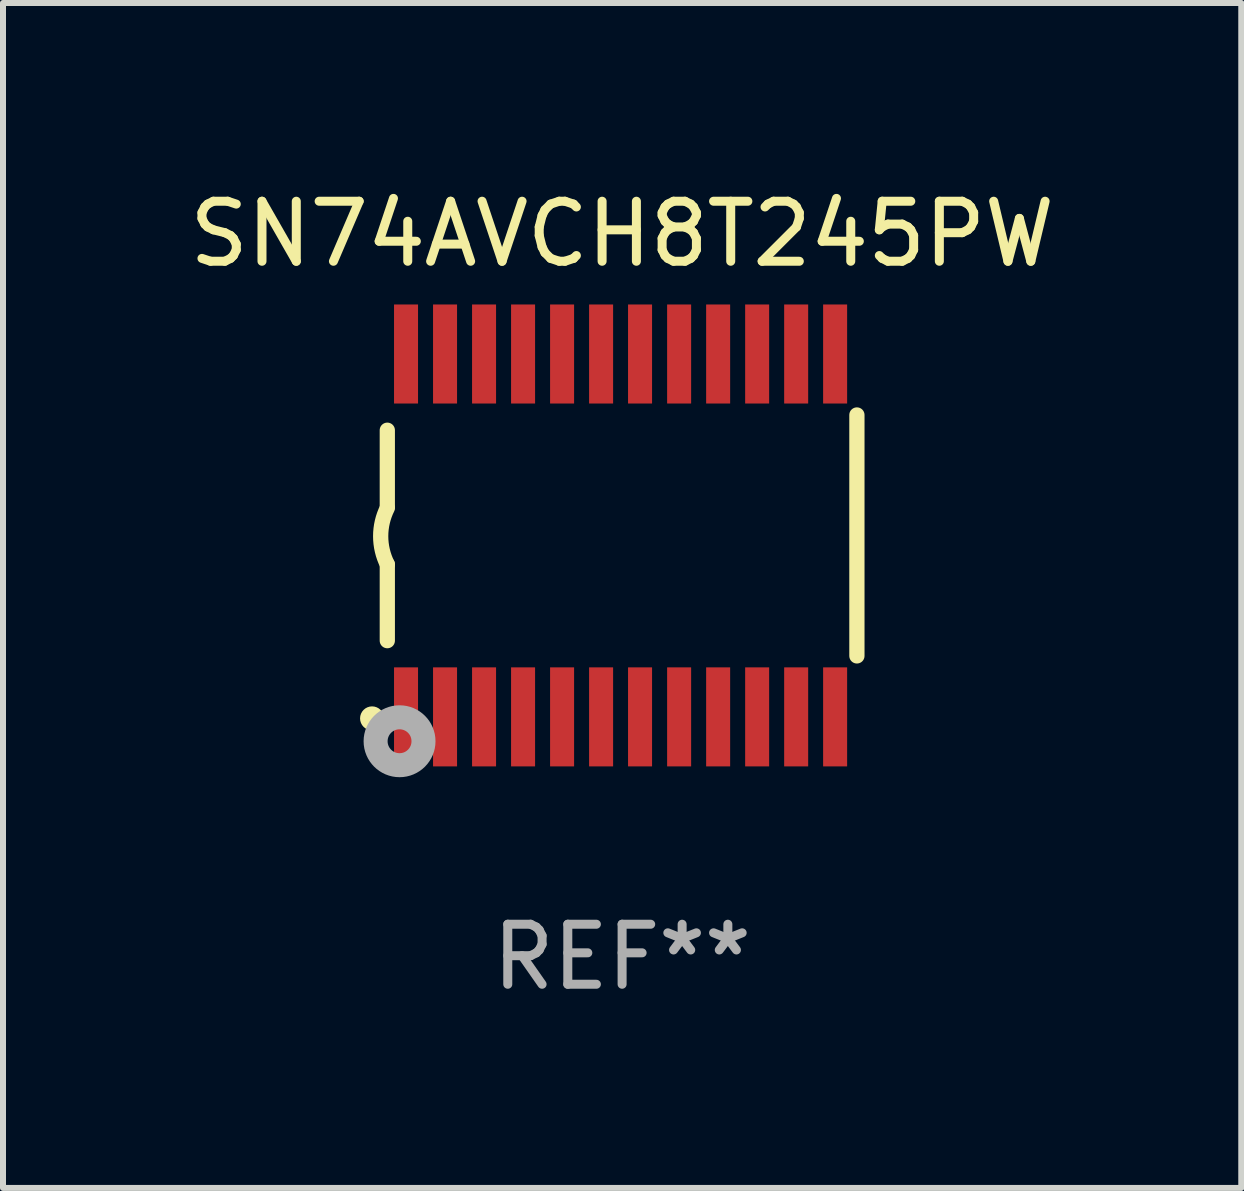
<source format=kicad_pcb>
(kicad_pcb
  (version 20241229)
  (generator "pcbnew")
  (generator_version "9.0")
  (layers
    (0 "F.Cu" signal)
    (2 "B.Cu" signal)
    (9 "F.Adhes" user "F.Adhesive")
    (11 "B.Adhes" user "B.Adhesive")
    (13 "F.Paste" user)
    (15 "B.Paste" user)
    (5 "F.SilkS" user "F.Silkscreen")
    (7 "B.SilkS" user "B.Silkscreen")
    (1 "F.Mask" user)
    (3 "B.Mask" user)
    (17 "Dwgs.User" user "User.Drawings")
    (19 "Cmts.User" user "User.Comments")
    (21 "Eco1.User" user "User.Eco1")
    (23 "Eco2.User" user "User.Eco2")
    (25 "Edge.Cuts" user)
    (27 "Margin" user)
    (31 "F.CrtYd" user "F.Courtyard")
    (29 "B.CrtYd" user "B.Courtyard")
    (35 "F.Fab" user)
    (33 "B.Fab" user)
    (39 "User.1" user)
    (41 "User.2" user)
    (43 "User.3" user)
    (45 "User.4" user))
  (footprint "SN74AVCH8T245PW"
    (layer "F.Cu")
    (at 7.315 5.871)
    (property "Reference" "SN74AVCH8T245PW" (at 0 -5.023 0) (layer "F.SilkS") (effects (font (size 1 1) (thickness 0.15))))
    (attr through_hole)
    (fp_line (start -3.912 -0.483) (end -3.912 -1.753) (stroke (width 0.254) (type solid)) (layer "F.SilkS"))
    (fp_line (start -3.912 1.753) (end -3.912 0.483) (stroke (width 0.254) (type solid)) (layer "F.SilkS"))
    (fp_line (start 3.912 -2.007) (end 3.912 2.007) (stroke (width 0.254) (type solid)) (layer "F.SilkS"))
    (fp_arc (start -3.911608 0.482601) (mid -4.022537 0.0127) (end -3.911608 -0.457201) (stroke (width 0.254001) (type solid)) (layer "F.SilkS"))
    (fp_circle (center -4.166 3.048) (end -4.066 3.048) (stroke (width 0.2) (type solid)) (fill no) (layer "F.SilkS"))
    (fp_circle (center -3.925 3.186) (end -3.895 3.186) (stroke (width 0.06) (type solid)) (fill no) (layer "F.SilkS"))
    (fp_circle (center -3.708 3.429) (end -3.509 3.429) (stroke (width 0.4) (type solid)) (fill no) (layer "F.Fab"))
    (fp_text user "REF**" (at 0 7.023 0) (layer "F.Fab") (effects (font (size 1 1) (thickness 0.15))))
    (pad "1" smd rect (at -3.6 3.023) (size 0.4 1.65) (layers "F.Cu" "F.Mask" "F.Paste"))
    (pad "2" smd rect (at -2.95 3.023) (size 0.4 1.65) (layers "F.Cu" "F.Mask" "F.Paste"))
    (pad "3" smd rect (at -2.3 3.023) (size 0.4 1.65) (layers "F.Cu" "F.Mask" "F.Paste"))
    (pad "4" smd rect (at -1.65 3.023) (size 0.4 1.65) (layers "F.Cu" "F.Mask" "F.Paste"))
    (pad "5" smd rect (at -1 3.023) (size 0.4 1.65) (layers "F.Cu" "F.Mask" "F.Paste"))
    (pad "6" smd rect (at -0.35 3.023) (size 0.4 1.65) (layers "F.Cu" "F.Mask" "F.Paste"))
    (pad "7" smd rect (at 0.299 3.023) (size 0.4 1.65) (layers "F.Cu" "F.Mask" "F.Paste"))
    (pad "8" smd rect (at 0.95 3.023) (size 0.4 1.65) (layers "F.Cu" "F.Mask" "F.Paste"))
    (pad "9" smd rect (at 1.6 3.023) (size 0.4 1.65) (layers "F.Cu" "F.Mask" "F.Paste"))
    (pad "10" smd rect (at 2.25 3.023) (size 0.4 1.65) (layers "F.Cu" "F.Mask" "F.Paste"))
    (pad "11" smd rect (at 2.9 3.023) (size 0.4 1.65) (layers "F.Cu" "F.Mask" "F.Paste"))
    (pad "12" smd rect (at 3.549 3.023) (size 0.4 1.65) (layers "F.Cu" "F.Mask" "F.Paste"))
    (pad "13" smd rect (at 3.549 -3.023) (size 0.4 1.65) (layers "F.Cu" "F.Mask" "F.Paste"))
    (pad "14" smd rect (at 2.9 -3.023) (size 0.4 1.65) (layers "F.Cu" "F.Mask" "F.Paste"))
    (pad "15" smd rect (at 2.25 -3.023) (size 0.4 1.65) (layers "F.Cu" "F.Mask" "F.Paste"))
    (pad "16" smd rect (at 1.6 -3.023) (size 0.4 1.65) (layers "F.Cu" "F.Mask" "F.Paste"))
    (pad "17" smd rect (at 0.95 -3.023) (size 0.4 1.65) (layers "F.Cu" "F.Mask" "F.Paste"))
    (pad "18" smd rect (at 0.299 -3.023) (size 0.4 1.65) (layers "F.Cu" "F.Mask" "F.Paste"))
    (pad "19" smd rect (at -0.35 -3.023) (size 0.4 1.65) (layers "F.Cu" "F.Mask" "F.Paste"))
    (pad "20" smd rect (at -1 -3.023) (size 0.4 1.65) (layers "F.Cu" "F.Mask" "F.Paste"))
    (pad "21" smd rect (at -1.65 -3.023) (size 0.4 1.65) (layers "F.Cu" "F.Mask" "F.Paste"))
    (pad "22" smd rect (at -2.3 -3.023) (size 0.4 1.65) (layers "F.Cu" "F.Mask" "F.Paste"))
    (pad "23" smd rect (at -2.95 -3.023) (size 0.4 1.65) (layers "F.Cu" "F.Mask" "F.Paste"))
    (pad "24" smd rect (at -3.6 -3.023) (size 0.4 1.65) (layers "F.Cu" "F.Mask" "F.Paste")))
  (gr_rect
    (start -3 -3)
    (end 17.631 16.742)
    (stroke (width 0.1) (type default))
    (fill no)
    (layer "Edge.Cuts")))
</source>
